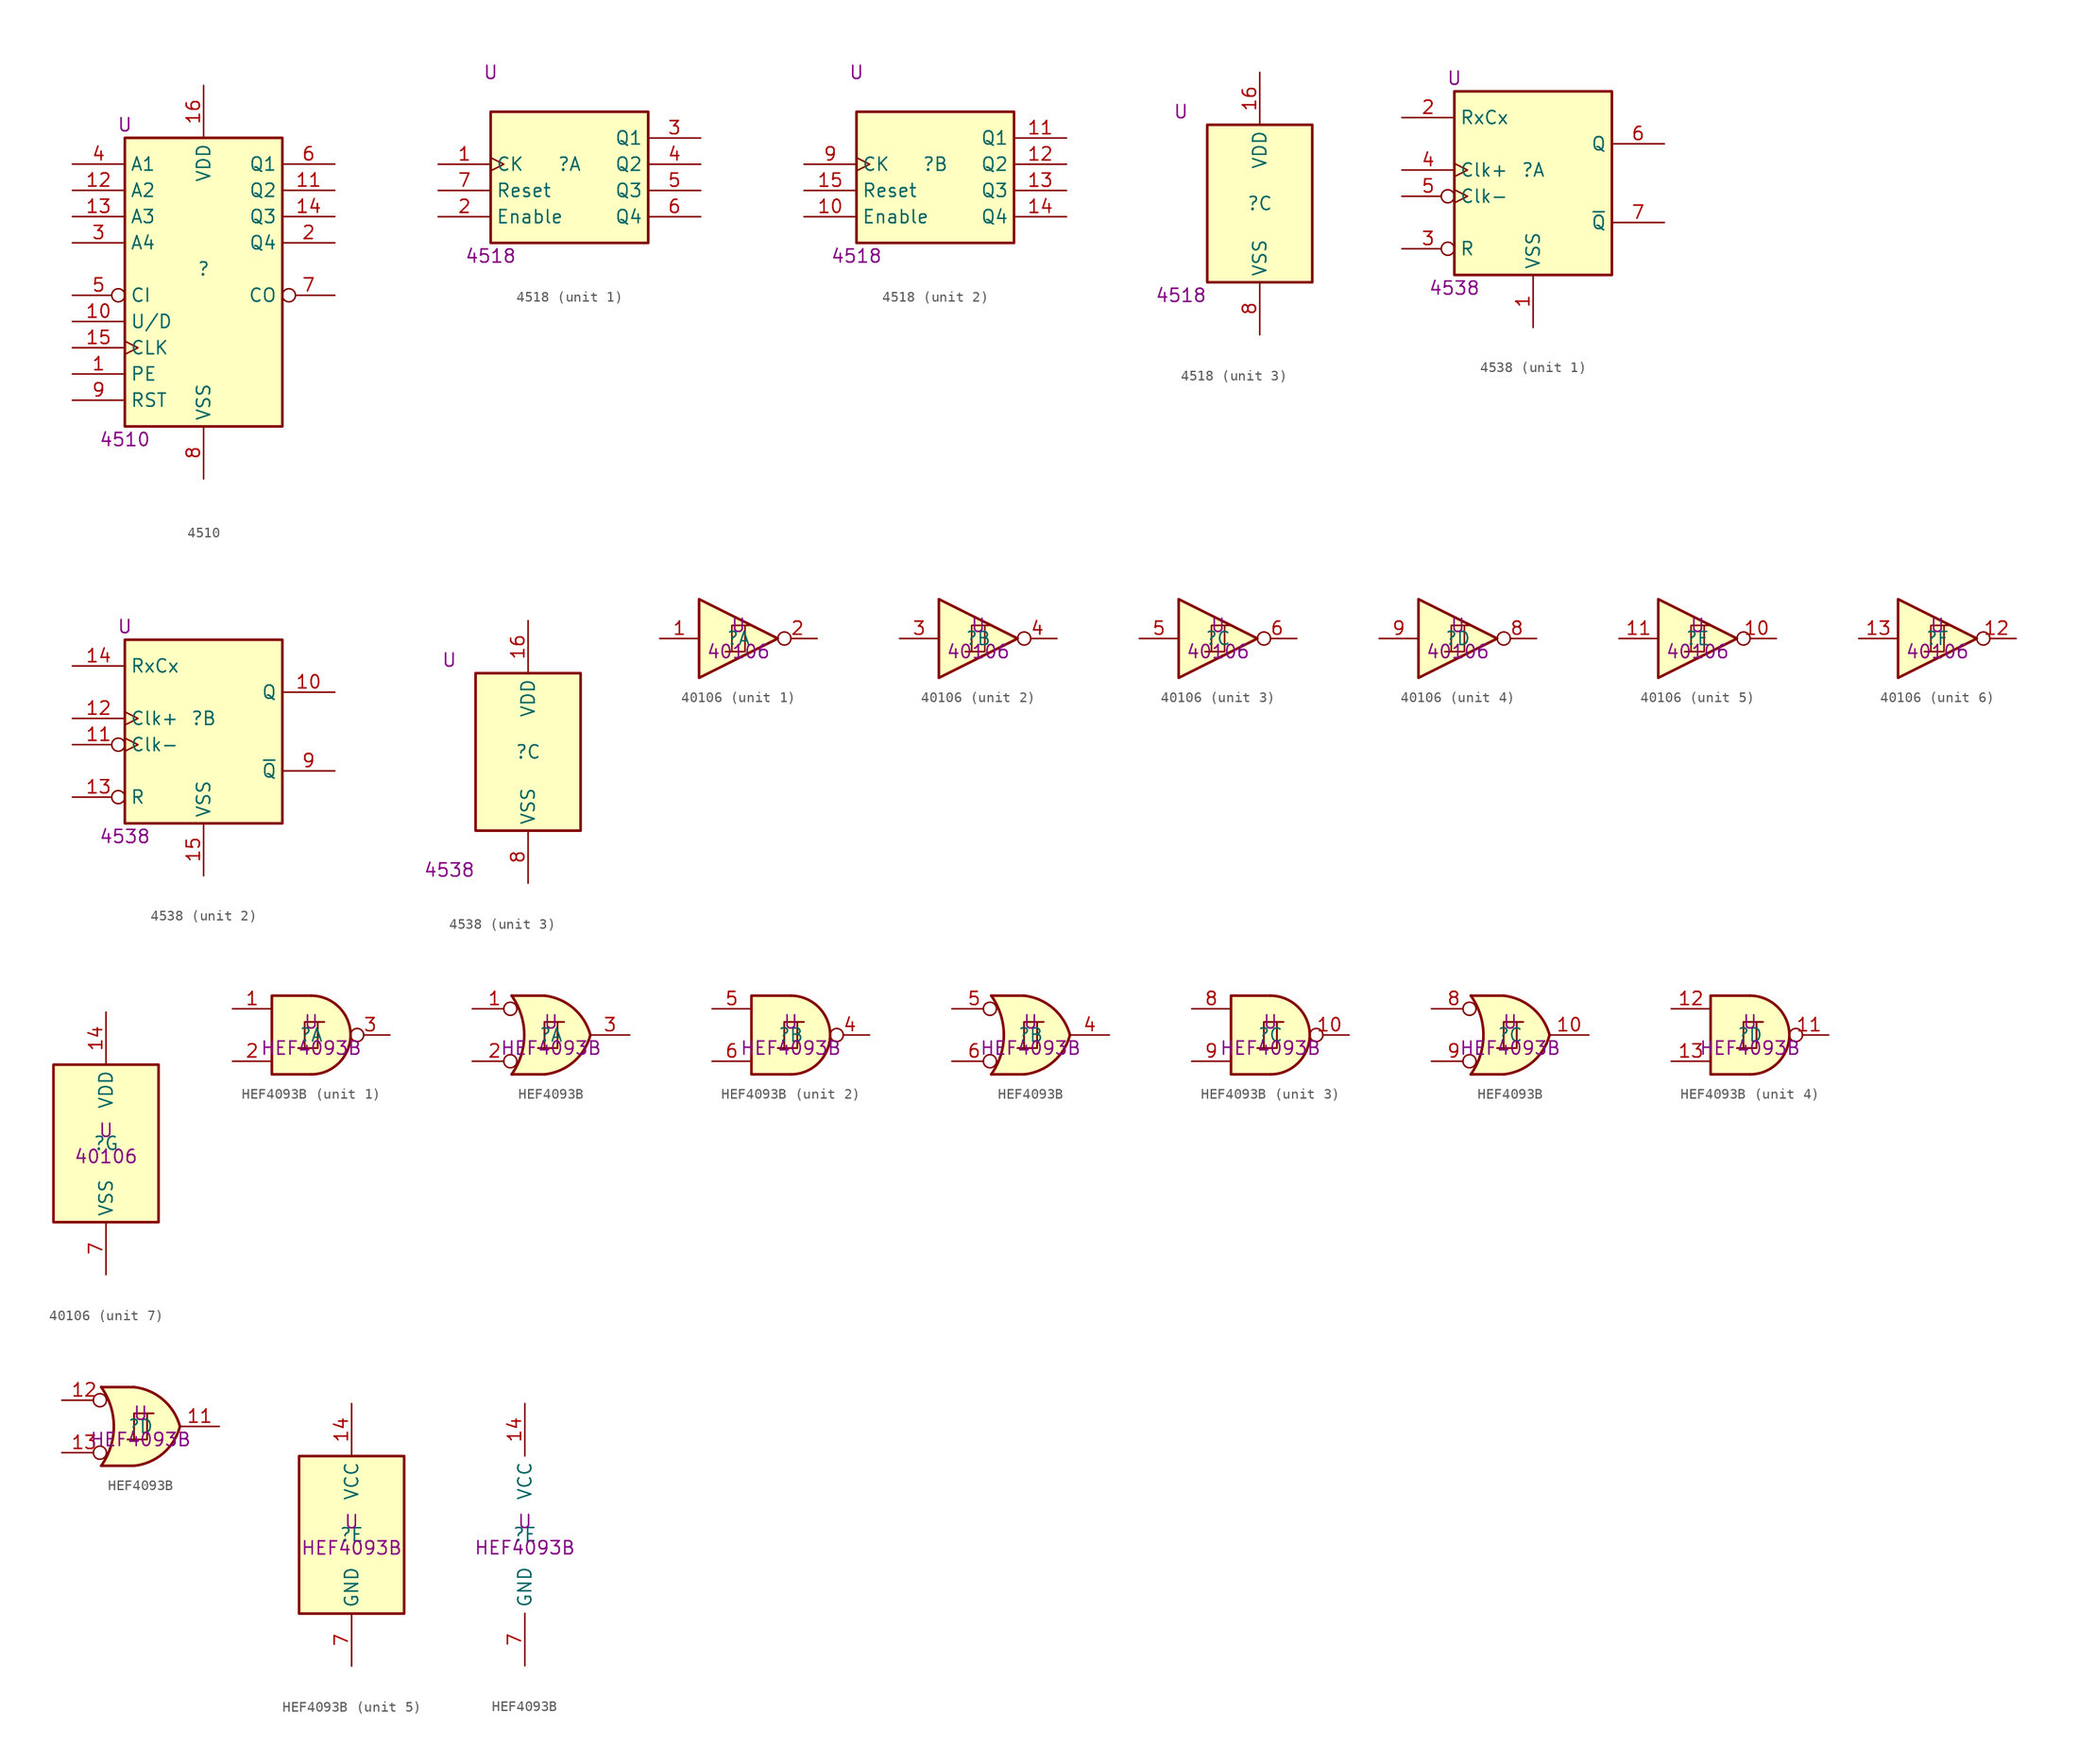
<source format=kicad_sym>
(kicad_symbol_lib
  (version 20200126)
  (host kicad_symbol_editor "(5.99.0-1075-g01a6d0067)")
  (symbol "4510"
    (property "ki_reference" "U"
      (at -7.62 13.97 0))
    (property "ki_value" "4510"
      (at -7.62 -16.51 0))
    (property "ki_locked" ""
      (at 0 0 0))
    (symbol "4510_1_1"
      (rectangle (start -7.62 12.7) (end 7.62 -15.24) (stroke (width 0.254)) (fill (type background))))
    (symbol "4510_1_0"
      (pin input line (at -12.7 -10.16 0) (length 5.08) (name "PE") (number "1"))
      (pin input line (at -12.7 -5.08 0) (length 5.08) (name "U/D") (number "10"))
      (pin output line (at 12.7 7.62 180) (length 5.08) (name "Q2") (number "11"))
      (pin input line (at -12.7 7.62 0) (length 5.08) (name "A2") (number "12"))
      (pin input line (at -12.7 5.08 0) (length 5.08) (name "A3") (number "13"))
      (pin output line (at 12.7 5.08 180) (length 5.08) (name "Q3") (number "14"))
      (pin input clock (at -12.7 -7.62 0) (length 5.08) (name "CLK") (number "15"))
      (pin power_in line (at 0 17.78 270) (length 5.08) (name "VDD") (number "16"))
      (pin output line (at 12.7 2.54 180) (length 5.08) (name "Q4") (number "2"))
      (pin input line (at -12.7 2.54 0) (length 5.08) (name "A4") (number "3"))
      (pin input line (at -12.7 10.16 0) (length 5.08) (name "A1") (number "4"))
      (pin input inverted (at -12.7 -2.54 0) (length 5.08) (name "CI") (number "5"))
      (pin output line (at 12.7 10.16 180) (length 5.08) (name "Q1") (number "6"))
      (pin output inverted (at 12.7 -2.54 180) (length 5.08) (name "CO") (number "7"))
      (pin power_in line (at 0 -20.32 90) (length 5.08) (name "VSS") (number "8"))
      (pin input line (at -12.7 -12.7 0) (length 5.08) (name "RST") (number "9"))))
  (symbol "4518"
    (property "ki_reference" "U"
      (at -7.62 8.89 0))
    (property "ki_value" "4518"
      (at -7.62 -8.89 0))
    (property "ki_locked" ""
      (at 0 0 0))
    (symbol "4518_1_1"
      (rectangle (start -7.62 5.08) (end 7.62 -7.62) (stroke (width 0.254)) (fill (type background))))
    (symbol "4518_2_1"
      (rectangle (start -7.62 5.08) (end 7.62 -7.62) (stroke (width 0.254)) (fill (type background))))
    (symbol "4518_3_1"
      (rectangle (start -5.08 7.62) (end 5.08 -7.62) (stroke (width 0.254)) (fill (type background))))
    (symbol "4518_1_0"
      (pin input clock (at -12.7 0 0) (length 5.08) (name "CK") (number "1"))
      (pin input line (at -12.7 -5.08 0) (length 5.08) (name "Enable") (number "2"))
      (pin output line (at 12.7 2.54 180) (length 5.08) (name "Q1") (number "3"))
      (pin output line (at 12.7 0 180) (length 5.08) (name "Q2") (number "4"))
      (pin output line (at 12.7 -2.54 180) (length 5.08) (name "Q3") (number "5"))
      (pin output line (at 12.7 -5.08 180) (length 5.08) (name "Q4") (number "6"))
      (pin input line (at -12.7 -2.54 0) (length 5.08) (name "Reset") (number "7")))
    (symbol "4518_2_0"
      (pin input line (at -12.7 -5.08 0) (length 5.08) (name "Enable") (number "10"))
      (pin output line (at 12.7 2.54 180) (length 5.08) (name "Q1") (number "11"))
      (pin output line (at 12.7 0 180) (length 5.08) (name "Q2") (number "12"))
      (pin output line (at 12.7 -2.54 180) (length 5.08) (name "Q3") (number "13"))
      (pin output line (at 12.7 -5.08 180) (length 5.08) (name "Q4") (number "14"))
      (pin input line (at -12.7 -2.54 0) (length 5.08) (name "Reset") (number "15"))
      (pin input clock (at -12.7 0 0) (length 5.08) (name "CK") (number "9")))
    (symbol "4518_3_0"
      (pin power_in line (at 0 12.7 270) (length 5.08) (name "VDD") (number "16"))
      (pin power_in line (at 0 -12.7 90) (length 5.08) (name "VSS") (number "8"))))
  (symbol "4538"
    (property "ki_reference" "U"
      (at -7.62 8.89 0))
    (property "ki_value" "4538"
      (at -7.62 -11.43 0))
    (property "ki_locked" ""
      (at 0 0 0))
    (symbol "4538_1_1"
      (rectangle (start -7.62 7.62) (end 7.62 -10.16) (stroke (width 0.254)) (fill (type background))))
    (symbol "4538_2_1"
      (rectangle (start -7.62 7.62) (end 7.62 -10.16) (stroke (width 0.254)) (fill (type background))))
    (symbol "4538_3_1"
      (rectangle (start -5.08 7.62) (end 5.08 -7.62) (stroke (width 0.254)) (fill (type background))))
    (symbol "4538_1_0"
      (pin power_in line (at 0 -15.24 90) (length 5.08) (name "VSS") (number "1"))
      (pin input line (at -12.7 5.08 0) (length 5.08) (name "RxCx") (number "2"))
      (pin input inverted (at -12.7 -7.62 0) (length 5.08) (name "R") (number "3"))
      (pin input clock (at -12.7 0 0) (length 5.08) (name "Clk+") (number "4"))
      (pin input inverted_clock (at -12.7 -2.54 0) (length 5.08) (name "Clk-") (number "5"))
      (pin output line (at 12.7 2.54 180) (length 5.08) (name "Q") (number "6"))
      (pin output line (at 12.7 -5.08 180) (length 5.08) (name "~Q") (number "7")))
    (symbol "4538_2_0"
      (pin output line (at 12.7 2.54 180) (length 5.08) (name "Q") (number "10"))
      (pin input inverted_clock (at -12.7 -2.54 0) (length 5.08) (name "Clk-") (number "11"))
      (pin input clock (at -12.7 0 0) (length 5.08) (name "Clk+") (number "12"))
      (pin input inverted (at -12.7 -7.62 0) (length 5.08) (name "R") (number "13"))
      (pin input line (at -12.7 5.08 0) (length 5.08) (name "RxCx") (number "14"))
      (pin power_in line (at 0 -15.24 90) (length 5.08) (name "VSS") (number "15"))
      (pin output line (at 12.7 -5.08 180) (length 5.08) (name "~Q") (number "9")))
    (symbol "4538_3_0"
      (pin power_in line (at 0 12.7 270) (length 5.08) (name "VDD") (number "16"))
      (pin power_in line (at 0 -12.7 90) (length 5.08) (name "VSS") (number "8"))))
  (symbol "40106"
    (property "ki_reference" "U"
      (at 0 1.27 0))
    (property "ki_value" "40106"
      (at 0 -1.27 0))
    (property "ki_locked" ""
      (at 0 0 0))
    (symbol "40106_7_1"
      (rectangle (start -5.08 7.62) (end 5.08 -7.62) (stroke (width 0.254)) (fill (type background))))
    (symbol "40106_1_0"
      (polyline (pts (xy -0.635 -1.27) (xy -0.635 1.27) (xy 0.635 1.27)))
      (polyline (pts (xy -3.81 3.81) (xy -3.81 -3.81) (xy 3.81 0) (xy -3.81 3.81)) (stroke (width 0.254)) (fill (type background)))
      (polyline (pts (xy -1.27 -1.27) (xy 0.635 -1.27) (xy 0.635 1.27) (xy 1.27 1.27)))
      (pin input line (at -7.62 0 0) (length 3.81) (name "~") (number "1"))
      (pin output inverted (at 7.62 0 180) (length 3.81) (name "~") (number "2")))
    (symbol "40106_2_0"
      (polyline (pts (xy -0.635 -1.27) (xy -0.635 1.27) (xy 0.635 1.27)))
      (polyline (pts (xy -3.81 3.81) (xy -3.81 -3.81) (xy 3.81 0) (xy -3.81 3.81)) (stroke (width 0.254)) (fill (type background)))
      (polyline (pts (xy -1.27 -1.27) (xy 0.635 -1.27) (xy 0.635 1.27) (xy 1.27 1.27)))
      (pin input line (at -7.62 0 0) (length 3.81) (name "~") (number "3"))
      (pin output inverted (at 7.62 0 180) (length 3.81) (name "~") (number "4")))
    (symbol "40106_3_0"
      (polyline (pts (xy -0.635 -1.27) (xy -0.635 1.27) (xy 0.635 1.27)))
      (polyline (pts (xy -3.81 3.81) (xy -3.81 -3.81) (xy 3.81 0) (xy -3.81 3.81)) (stroke (width 0.254)) (fill (type background)))
      (polyline (pts (xy -1.27 -1.27) (xy 0.635 -1.27) (xy 0.635 1.27) (xy 1.27 1.27)))
      (pin input line (at -7.62 0 0) (length 3.81) (name "~") (number "5"))
      (pin output inverted (at 7.62 0 180) (length 3.81) (name "~") (number "6")))
    (symbol "40106_4_0"
      (polyline (pts (xy -0.635 -1.27) (xy -0.635 1.27) (xy 0.635 1.27)))
      (polyline (pts (xy -3.81 3.81) (xy -3.81 -3.81) (xy 3.81 0) (xy -3.81 3.81)) (stroke (width 0.254)) (fill (type background)))
      (polyline (pts (xy -1.27 -1.27) (xy 0.635 -1.27) (xy 0.635 1.27) (xy 1.27 1.27)))
      (pin output inverted (at 7.62 0 180) (length 3.81) (name "~") (number "8"))
      (pin input line (at -7.62 0 0) (length 3.81) (name "~") (number "9")))
    (symbol "40106_5_0"
      (polyline (pts (xy -0.635 -1.27) (xy -0.635 1.27) (xy 0.635 1.27)))
      (polyline (pts (xy -3.81 3.81) (xy -3.81 -3.81) (xy 3.81 0) (xy -3.81 3.81)) (stroke (width 0.254)) (fill (type background)))
      (polyline (pts (xy -1.27 -1.27) (xy 0.635 -1.27) (xy 0.635 1.27) (xy 1.27 1.27)))
      (pin output inverted (at 7.62 0 180) (length 3.81) (name "~") (number "10"))
      (pin input line (at -7.62 0 0) (length 3.81) (name "~") (number "11")))
    (symbol "40106_6_0"
      (polyline (pts (xy -0.635 -1.27) (xy -0.635 1.27) (xy 0.635 1.27)))
      (polyline (pts (xy -3.81 3.81) (xy -3.81 -3.81) (xy 3.81 0) (xy -3.81 3.81)) (stroke (width 0.254)) (fill (type background)))
      (polyline (pts (xy -1.27 -1.27) (xy 0.635 -1.27) (xy 0.635 1.27) (xy 1.27 1.27)))
      (pin output inverted (at 7.62 0 180) (length 3.81) (name "~") (number "12"))
      (pin input line (at -7.62 0 0) (length 3.81) (name "~") (number "13")))
    (symbol "40106_7_0"
      (pin power_in line (at 0 12.7 270) (length 5.08) (name "VDD") (number "14"))
      (pin power_in line (at 0 -12.7 90) (length 5.08) (name "VSS") (number "7"))))
  (symbol "HEF4093B"
    (property "ki_reference" "U"
      (at 0 1.27 0))
    (property "ki_value" "HEF4093B"
      (at 0 -1.27 0))
    (property "ki_locked" ""
      (at 0 0 0))
    (symbol "HEF4093B_1_1"
      (arc (start 0 -3.81) (end 0 3.81) (radius (at 0 0) (length 3.81) (angles -89.9 89.9)) (stroke (width 0.254)) (fill (type background)))
      (polyline (pts (xy 0 3.81) (xy -3.81 3.81) (xy -3.81 -3.81) (xy 0 -3.81)) (stroke (width 0.254)) (fill (type background)))
      (pin input line (at -7.62 2.54 0) (length 3.81) (name "~") (number "1"))
      (pin input line (at -7.62 -2.54 0) (length 3.81) (name "~") (number "2"))
      (pin output inverted (at 7.62 0 180) (length 3.81) (name "~") (number "3")))
    (symbol "HEF4093B_2_1"
      (arc (start 0 -3.81) (end 0 3.81) (radius (at 0 0) (length 3.81) (angles -89.9 89.9)) (stroke (width 0.254)) (fill (type background)))
      (polyline (pts (xy 0 3.81) (xy -3.81 3.81) (xy -3.81 -3.81) (xy 0 -3.81)) (stroke (width 0.254)) (fill (type background)))
      (pin output inverted (at 7.62 0 180) (length 3.81) (name "~") (number "4"))
      (pin input line (at -7.62 2.54 0) (length 3.81) (name "~") (number "5"))
      (pin input line (at -7.62 -2.54 0) (length 3.81) (name "~") (number "6")))
    (symbol "HEF4093B_3_1"
      (arc (start 0 -3.81) (end 0 3.81) (radius (at 0 0) (length 3.81) (angles -89.9 89.9)) (stroke (width 0.254)) (fill (type background)))
      (polyline (pts (xy 0 3.81) (xy -3.81 3.81) (xy -3.81 -3.81) (xy 0 -3.81)) (stroke (width 0.254)) (fill (type background)))
      (pin output inverted (at 7.62 0 180) (length 3.81) (name "~") (number "10"))
      (pin input line (at -7.62 2.54 0) (length 3.81) (name "~") (number "8"))
      (pin input line (at -7.62 -2.54 0) (length 3.81) (name "~") (number "9")))
    (symbol "HEF4093B_4_1"
      (arc (start 0 -3.81) (end 0 3.81) (radius (at 0 0) (length 3.81) (angles -89.9 89.9)) (stroke (width 0.254)) (fill (type background)))
      (polyline (pts (xy 0 3.81) (xy -3.81 3.81) (xy -3.81 -3.81) (xy 0 -3.81)) (stroke (width 0.254)) (fill (type background)))
      (pin output inverted (at 7.62 0 180) (length 3.81) (name "~") (number "11"))
      (pin input line (at -7.62 2.54 0) (length 3.81) (name "~") (number "12"))
      (pin input line (at -7.62 -2.54 0) (length 3.81) (name "~") (number "13")))
    (symbol "HEF4093B_1_2"
      (arc (start -3.81 3.81) (end -3.81 -3.81) (radius (at -9.144 0) (length 6.5532) (angles 35.4 -35.4)) (stroke (width 0.254)))
      (arc (start 3.81 0) (end -0.6096 3.81) (radius (at -1.1938 -1.3208) (length 5.1816) (angles 15 83.7)) (stroke (width 0.254)) (fill (type background)))
      (arc (start 3.81 0) (end -0.6096 -3.81) (radius (at -1.1938 1.3208) (length 5.1816) (angles -15 -83.7)) (stroke (width 0.254)) (fill (type background)))
      (polyline (pts (xy -3.81 -3.81) (xy -0.635 -3.81)) (stroke (width 0.254)) (fill (type background)))
      (polyline (pts (xy -3.81 3.81) (xy -0.635 3.81)) (stroke (width 0.254)) (fill (type background)))
      (polyline (pts (xy -0.635 3.81) (xy -3.81 3.81) (xy -3.81 3.81) (xy -3.556 3.404) (xy -3.023 2.261) (xy -2.692 1.041) (xy -2.616 -0.254) (xy -2.769 -1.499) (xy -3.175 -2.718) (xy -3.81 -3.81) (xy -3.81 -3.81) (xy -0.635 -3.81)) (stroke (width -25.4)) (fill (type background)))
      (pin input inverted (at -7.62 2.54 0) (length 4.318) (name "~") (number "1"))
      (pin input inverted (at -7.62 -2.54 0) (length 4.318) (name "~") (number "2"))
      (pin output line (at 7.62 0 180) (length 3.81) (name "~") (number "3")))
    (symbol "HEF4093B_2_2"
      (arc (start -3.81 3.81) (end -3.81 -3.81) (radius (at -9.144 0) (length 6.5532) (angles 35.4 -35.4)) (stroke (width 0.254)))
      (arc (start 3.81 0) (end -0.6096 3.81) (radius (at -1.1938 -1.3208) (length 5.1816) (angles 15 83.7)) (stroke (width 0.254)) (fill (type background)))
      (arc (start 3.81 0) (end -0.6096 -3.81) (radius (at -1.1938 1.3208) (length 5.1816) (angles -15 -83.7)) (stroke (width 0.254)) (fill (type background)))
      (polyline (pts (xy -3.81 -3.81) (xy -0.635 -3.81)) (stroke (width 0.254)) (fill (type background)))
      (polyline (pts (xy -3.81 3.81) (xy -0.635 3.81)) (stroke (width 0.254)) (fill (type background)))
      (polyline (pts (xy -0.635 3.81) (xy -3.81 3.81) (xy -3.81 3.81) (xy -3.556 3.404) (xy -3.023 2.261) (xy -2.692 1.041) (xy -2.616 -0.254) (xy -2.769 -1.499) (xy -3.175 -2.718) (xy -3.81 -3.81) (xy -3.81 -3.81) (xy -0.635 -3.81)) (stroke (width -25.4)) (fill (type background)))
      (pin output line (at 7.62 0 180) (length 3.81) (name "~") (number "4"))
      (pin input inverted (at -7.62 2.54 0) (length 4.318) (name "~") (number "5"))
      (pin input inverted (at -7.62 -2.54 0) (length 4.318) (name "~") (number "6")))
    (symbol "HEF4093B_3_2"
      (arc (start -3.81 3.81) (end -3.81 -3.81) (radius (at -9.144 0) (length 6.5532) (angles 35.4 -35.4)) (stroke (width 0.254)))
      (arc (start 3.81 0) (end -0.6096 3.81) (radius (at -1.1938 -1.3208) (length 5.1816) (angles 15 83.7)) (stroke (width 0.254)) (fill (type background)))
      (arc (start 3.81 0) (end -0.6096 -3.81) (radius (at -1.1938 1.3208) (length 5.1816) (angles -15 -83.7)) (stroke (width 0.254)) (fill (type background)))
      (polyline (pts (xy -3.81 -3.81) (xy -0.635 -3.81)) (stroke (width 0.254)) (fill (type background)))
      (polyline (pts (xy -3.81 3.81) (xy -0.635 3.81)) (stroke (width 0.254)) (fill (type background)))
      (polyline (pts (xy -0.635 3.81) (xy -3.81 3.81) (xy -3.81 3.81) (xy -3.556 3.404) (xy -3.023 2.261) (xy -2.692 1.041) (xy -2.616 -0.254) (xy -2.769 -1.499) (xy -3.175 -2.718) (xy -3.81 -3.81) (xy -3.81 -3.81) (xy -0.635 -3.81)) (stroke (width -25.4)) (fill (type background)))
      (pin output line (at 7.62 0 180) (length 3.81) (name "~") (number "10"))
      (pin input inverted (at -7.62 2.54 0) (length 4.318) (name "~") (number "8"))
      (pin input inverted (at -7.62 -2.54 0) (length 4.318) (name "~") (number "9")))
    (symbol "HEF4093B_4_2"
      (arc (start -3.81 3.81) (end -3.81 -3.81) (radius (at -9.144 0) (length 6.5532) (angles 35.4 -35.4)) (stroke (width 0.254)))
      (arc (start 3.81 0) (end -0.6096 3.81) (radius (at -1.1938 -1.3208) (length 5.1816) (angles 15 83.7)) (stroke (width 0.254)) (fill (type background)))
      (arc (start 3.81 0) (end -0.6096 -3.81) (radius (at -1.1938 1.3208) (length 5.1816) (angles -15 -83.7)) (stroke (width 0.254)) (fill (type background)))
      (polyline (pts (xy -3.81 -3.81) (xy -0.635 -3.81)) (stroke (width 0.254)) (fill (type background)))
      (polyline (pts (xy -3.81 3.81) (xy -0.635 3.81)) (stroke (width 0.254)) (fill (type background)))
      (polyline (pts (xy -0.635 3.81) (xy -3.81 3.81) (xy -3.81 3.81) (xy -3.556 3.404) (xy -3.023 2.261) (xy -2.692 1.041) (xy -2.616 -0.254) (xy -2.769 -1.499) (xy -3.175 -2.718) (xy -3.81 -3.81) (xy -3.81 -3.81) (xy -0.635 -3.81)) (stroke (width -25.4)) (fill (type background)))
      (pin output line (at 7.62 0 180) (length 3.81) (name "~") (number "11"))
      (pin input inverted (at -7.62 2.54 0) (length 4.318) (name "~") (number "12"))
      (pin input inverted (at -7.62 -2.54 0) (length 4.318) (name "~") (number "13")))
    (symbol "HEF4093B_5_1"
      (rectangle (start -5.08 7.62) (end 5.08 -7.62) (stroke (width 0.254)) (fill (type background))))
    (symbol "HEF4093B_1_0"
      (polyline (pts (xy -0.635 -1.27) (xy -0.635 1.27) (xy 0.635 1.27)))
      (polyline (pts (xy -0.635 -1.27) (xy -0.635 1.27) (xy 0.635 1.27)))
      (polyline (pts (xy -1.27 -1.27) (xy 0.635 -1.27) (xy 0.635 1.27) (xy 1.27 1.27)))
      (polyline (pts (xy -1.27 -1.27) (xy 0.635 -1.27) (xy 0.635 1.27) (xy 1.27 1.27))))
    (symbol "HEF4093B_2_0"
      (polyline (pts (xy -0.635 -1.27) (xy -0.635 1.27) (xy 0.635 1.27)))
      (polyline (pts (xy -0.635 -1.27) (xy -0.635 1.27) (xy 0.635 1.27)))
      (polyline (pts (xy -1.27 -1.27) (xy 0.635 -1.27) (xy 0.635 1.27) (xy 1.27 1.27)))
      (polyline (pts (xy -1.27 -1.27) (xy 0.635 -1.27) (xy 0.635 1.27) (xy 1.27 1.27))))
    (symbol "HEF4093B_3_0"
      (polyline (pts (xy -0.635 -1.27) (xy -0.635 1.27) (xy 0.635 1.27)))
      (polyline (pts (xy -0.635 -1.27) (xy -0.635 1.27) (xy 0.635 1.27)))
      (polyline (pts (xy -1.27 -1.27) (xy 0.635 -1.27) (xy 0.635 1.27) (xy 1.27 1.27)))
      (polyline (pts (xy -1.27 -1.27) (xy 0.635 -1.27) (xy 0.635 1.27) (xy 1.27 1.27))))
    (symbol "HEF4093B_4_0"
      (polyline (pts (xy -0.635 -1.27) (xy -0.635 1.27) (xy 0.635 1.27)))
      (polyline (pts (xy -0.635 -1.27) (xy -0.635 1.27) (xy 0.635 1.27)))
      (polyline (pts (xy -1.27 -1.27) (xy 0.635 -1.27) (xy 0.635 1.27) (xy 1.27 1.27)))
      (polyline (pts (xy -1.27 -1.27) (xy 0.635 -1.27) (xy 0.635 1.27) (xy 1.27 1.27))))
    (symbol "HEF4093B_5_0"
      (pin power_in line (at 0 12.7 270) (length 5.08) (name "VCC") (number "14"))
      (pin power_in line (at 0 -12.7 90) (length 5.08) (name "GND") (number "7")))))
</source>
